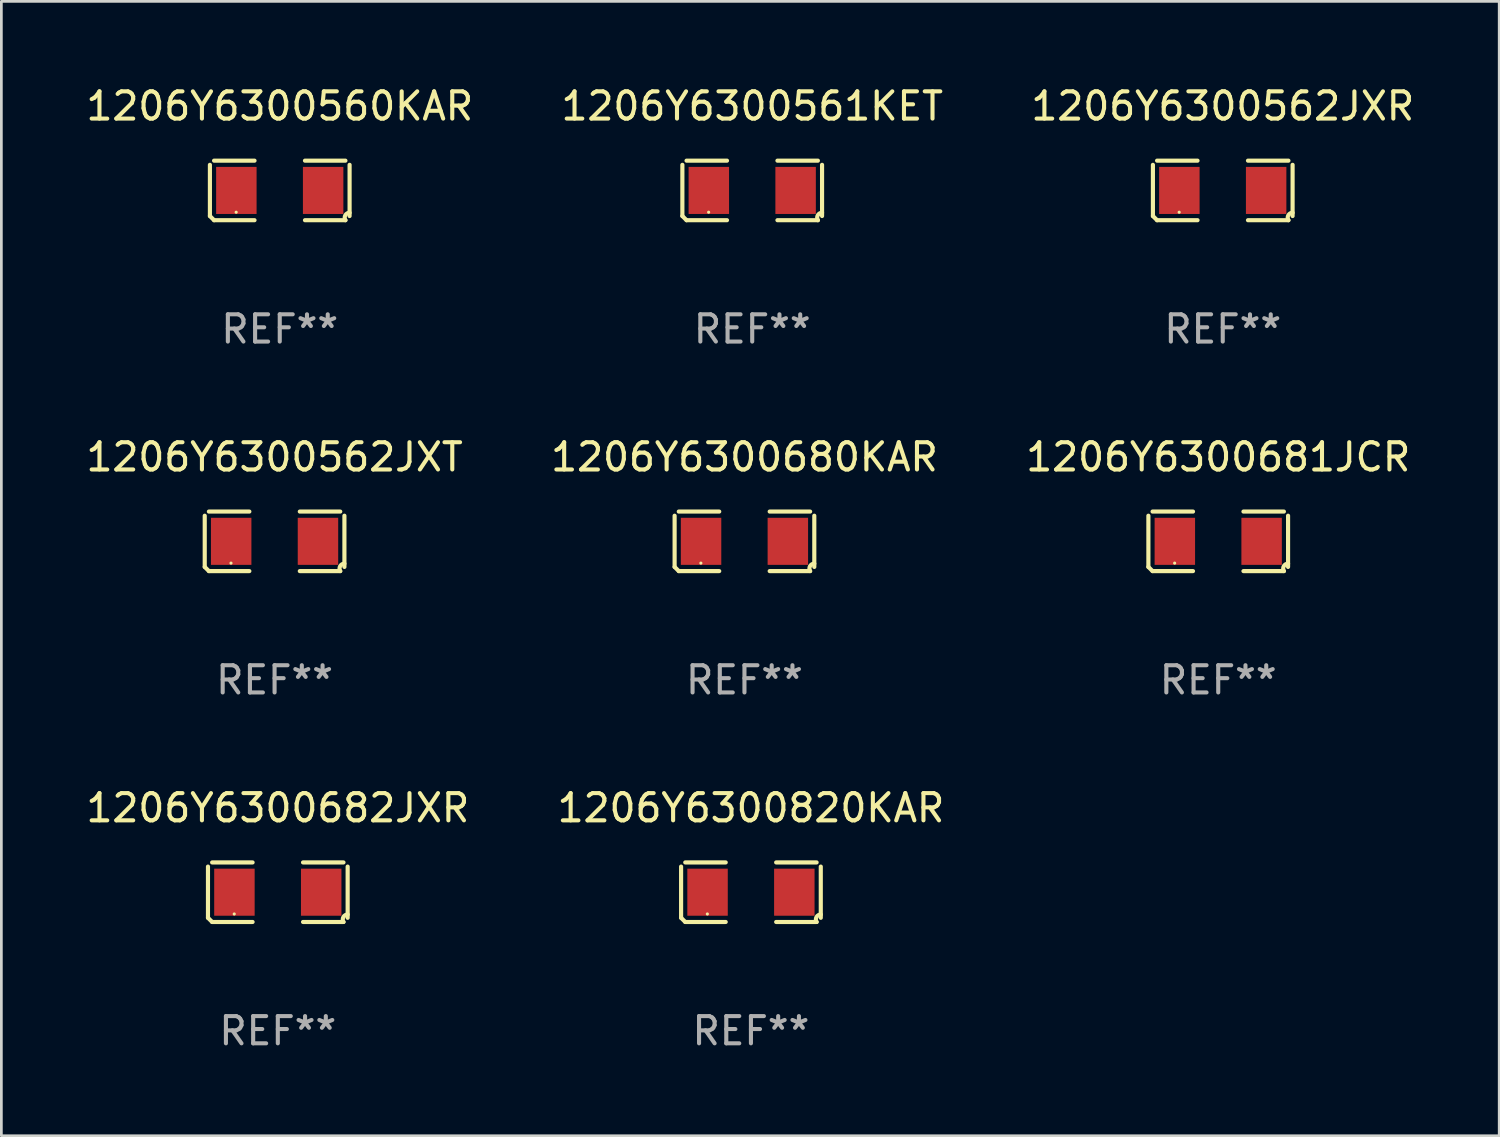
<source format=kicad_pcb>
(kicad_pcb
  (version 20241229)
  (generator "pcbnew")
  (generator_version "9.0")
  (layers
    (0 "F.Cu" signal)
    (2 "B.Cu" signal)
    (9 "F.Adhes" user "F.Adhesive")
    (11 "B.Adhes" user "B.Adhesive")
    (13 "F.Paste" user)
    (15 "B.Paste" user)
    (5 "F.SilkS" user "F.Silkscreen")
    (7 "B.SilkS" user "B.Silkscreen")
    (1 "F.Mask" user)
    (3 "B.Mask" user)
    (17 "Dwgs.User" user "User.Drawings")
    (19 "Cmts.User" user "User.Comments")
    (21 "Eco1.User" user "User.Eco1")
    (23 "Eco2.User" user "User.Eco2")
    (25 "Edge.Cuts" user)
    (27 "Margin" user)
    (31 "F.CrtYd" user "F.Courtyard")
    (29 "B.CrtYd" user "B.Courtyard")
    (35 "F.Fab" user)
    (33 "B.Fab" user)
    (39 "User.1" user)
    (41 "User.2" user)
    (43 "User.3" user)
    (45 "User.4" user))
  (footprint "1206Y6300820KAR"
    (layer "F.Cu")
    (at 24.518 29.704)
    (property "Reference" "1206Y6300820KAR" (at 0 -3.093 0) (layer "F.SilkS") (effects (font (size 1 1) (thickness 0.15))))
    (attr through_hole)
    (fp_line (start -2.564 0.94) (end -2.564 -0.94) (stroke (width 0.152) (type solid)) (layer "F.SilkS"))
    (fp_line (start -2.411 -1.093) (end -0.926 -1.093) (stroke (width 0.152) (type solid)) (layer "F.SilkS"))
    (fp_line (start -0.926 1.093) (end -2.411 1.093) (stroke (width 0.152) (type solid)) (layer "F.SilkS"))
    (fp_line (start 0.926 1.093) (end 2.411 1.093) (stroke (width 0.152) (type solid)) (layer "F.SilkS"))
    (fp_line (start 2.411 -1.093) (end 0.926 -1.093) (stroke (width 0.152) (type solid)) (layer "F.SilkS"))
    (fp_line (start 2.564 0.94) (end 2.564 -0.94) (stroke (width 0.152) (type solid)) (layer "F.SilkS"))
    (fp_arc (start -2.411201 1.092609) (mid -2.487413 1.01642) (end -2.563602 0.940208) (stroke (width 0.1524) (type solid)) (layer "F.SilkS"))
    (fp_arc (start 2.411201 1.092609) (mid 2.407159 0.911226) (end 2.563602 0.819347) (stroke (width 0.1524) (type solid)) (layer "F.SilkS"))
    (fp_circle (center -1.6 0.8) (end -1.57 0.8) (stroke (width 0.06) (type solid)) (fill no) (layer "F.SilkS"))
    (fp_text user "REF**" (at 0 5.093 0) (layer "F.Fab") (effects (font (size 1 1) (thickness 0.15))))
    (pad "1" smd rect (at -1.593 0) (size 1.485 1.728) (layers "F.Cu" "F.Mask" "F.Paste"))
    (pad "2" smd rect (at 1.593 0) (size 1.485 1.728) (layers "F.Cu" "F.Mask" "F.Paste")))
  (footprint "1206Y6300682JXR"
    (layer "F.Cu")
    (at 7.149 29.704)
    (property "Reference" "1206Y6300682JXR" (at 0 -3.093 0) (layer "F.SilkS") (effects (font (size 1 1) (thickness 0.15))))
    (attr through_hole)
    (fp_line (start -2.564 0.94) (end -2.564 -0.94) (stroke (width 0.152) (type solid)) (layer "F.SilkS"))
    (fp_line (start -2.411 -1.093) (end -0.926 -1.093) (stroke (width 0.152) (type solid)) (layer "F.SilkS"))
    (fp_line (start -0.926 1.093) (end -2.411 1.093) (stroke (width 0.152) (type solid)) (layer "F.SilkS"))
    (fp_line (start 0.926 1.093) (end 2.411 1.093) (stroke (width 0.152) (type solid)) (layer "F.SilkS"))
    (fp_line (start 2.411 -1.093) (end 0.926 -1.093) (stroke (width 0.152) (type solid)) (layer "F.SilkS"))
    (fp_line (start 2.564 0.94) (end 2.564 -0.94) (stroke (width 0.152) (type solid)) (layer "F.SilkS"))
    (fp_arc (start -2.411201 1.092609) (mid -2.487413 1.01642) (end -2.563602 0.940208) (stroke (width 0.1524) (type solid)) (layer "F.SilkS"))
    (fp_arc (start 2.411201 1.092609) (mid 2.407159 0.911226) (end 2.563602 0.819347) (stroke (width 0.1524) (type solid)) (layer "F.SilkS"))
    (fp_circle (center -1.6 0.8) (end -1.57 0.8) (stroke (width 0.06) (type solid)) (fill no) (layer "F.SilkS"))
    (fp_text user "REF**" (at 0 5.093 0) (layer "F.Fab") (effects (font (size 1 1) (thickness 0.15))))
    (pad "1" smd rect (at -1.593 0) (size 1.485 1.728) (layers "F.Cu" "F.Mask" "F.Paste"))
    (pad "2" smd rect (at 1.593 0) (size 1.485 1.728) (layers "F.Cu" "F.Mask" "F.Paste")))
  (footprint "1206Y6300681JCR"
    (layer "F.Cu")
    (at 41.673 16.823)
    (property "Reference" "1206Y6300681JCR" (at 0 -3.093 0) (layer "F.SilkS") (effects (font (size 1 1) (thickness 0.15))))
    (attr through_hole)
    (fp_line (start -2.564 0.94) (end -2.564 -0.94) (stroke (width 0.152) (type solid)) (layer "F.SilkS"))
    (fp_line (start -2.411 -1.093) (end -0.926 -1.093) (stroke (width 0.152) (type solid)) (layer "F.SilkS"))
    (fp_line (start -0.926 1.093) (end -2.411 1.093) (stroke (width 0.152) (type solid)) (layer "F.SilkS"))
    (fp_line (start 0.926 1.093) (end 2.411 1.093) (stroke (width 0.152) (type solid)) (layer "F.SilkS"))
    (fp_line (start 2.411 -1.093) (end 0.926 -1.093) (stroke (width 0.152) (type solid)) (layer "F.SilkS"))
    (fp_line (start 2.564 0.94) (end 2.564 -0.94) (stroke (width 0.152) (type solid)) (layer "F.SilkS"))
    (fp_arc (start -2.411201 1.092609) (mid -2.487413 1.01642) (end -2.563602 0.940208) (stroke (width 0.1524) (type solid)) (layer "F.SilkS"))
    (fp_arc (start 2.411201 1.092609) (mid 2.407159 0.911226) (end 2.563602 0.819347) (stroke (width 0.1524) (type solid)) (layer "F.SilkS"))
    (fp_circle (center -1.6 0.8) (end -1.57 0.8) (stroke (width 0.06) (type solid)) (fill no) (layer "F.SilkS"))
    (fp_text user "REF**" (at 0 5.093 0) (layer "F.Fab") (effects (font (size 1 1) (thickness 0.15))))
    (pad "1" smd rect (at -1.593 0) (size 1.485 1.728) (layers "F.Cu" "F.Mask" "F.Paste"))
    (pad "2" smd rect (at 1.593 0) (size 1.485 1.728) (layers "F.Cu" "F.Mask" "F.Paste")))
  (footprint "1206Y6300560KAR"
    (layer "F.Cu")
    (at 7.22 3.941)
    (property "Reference" "1206Y6300560KAR" (at 0 -3.093 0) (layer "F.SilkS") (effects (font (size 1 1) (thickness 0.15))))
    (attr through_hole)
    (fp_line (start -2.564 0.94) (end -2.564 -0.94) (stroke (width 0.152) (type solid)) (layer "F.SilkS"))
    (fp_line (start -2.411 -1.093) (end -0.926 -1.093) (stroke (width 0.152) (type solid)) (layer "F.SilkS"))
    (fp_line (start -0.926 1.093) (end -2.411 1.093) (stroke (width 0.152) (type solid)) (layer "F.SilkS"))
    (fp_line (start 0.926 1.093) (end 2.411 1.093) (stroke (width 0.152) (type solid)) (layer "F.SilkS"))
    (fp_line (start 2.411 -1.093) (end 0.926 -1.093) (stroke (width 0.152) (type solid)) (layer "F.SilkS"))
    (fp_line (start 2.564 0.94) (end 2.564 -0.94) (stroke (width 0.152) (type solid)) (layer "F.SilkS"))
    (fp_arc (start -2.411201 1.092609) (mid -2.487413 1.01642) (end -2.563602 0.940208) (stroke (width 0.1524) (type solid)) (layer "F.SilkS"))
    (fp_arc (start 2.411201 1.092609) (mid 2.407159 0.911226) (end 2.563602 0.819347) (stroke (width 0.1524) (type solid)) (layer "F.SilkS"))
    (fp_circle (center -1.6 0.8) (end -1.57 0.8) (stroke (width 0.06) (type solid)) (fill no) (layer "F.SilkS"))
    (fp_text user "REF**" (at 0 5.093 0) (layer "F.Fab") (effects (font (size 1 1) (thickness 0.15))))
    (pad "1" smd rect (at -1.593 0) (size 1.485 1.728) (layers "F.Cu" "F.Mask" "F.Paste"))
    (pad "2" smd rect (at 1.593 0) (size 1.485 1.728) (layers "F.Cu" "F.Mask" "F.Paste")))
  (footprint "1206Y6300562JXR"
    (layer "F.Cu")
    (at 41.839 3.941)
    (property "Reference" "1206Y6300562JXR" (at 0 -3.093 0) (layer "F.SilkS") (effects (font (size 1 1) (thickness 0.15))))
    (attr through_hole)
    (fp_line (start -2.564 0.94) (end -2.564 -0.94) (stroke (width 0.152) (type solid)) (layer "F.SilkS"))
    (fp_line (start -2.411 -1.093) (end -0.926 -1.093) (stroke (width 0.152) (type solid)) (layer "F.SilkS"))
    (fp_line (start -0.926 1.093) (end -2.411 1.093) (stroke (width 0.152) (type solid)) (layer "F.SilkS"))
    (fp_line (start 0.926 1.093) (end 2.411 1.093) (stroke (width 0.152) (type solid)) (layer "F.SilkS"))
    (fp_line (start 2.411 -1.093) (end 0.926 -1.093) (stroke (width 0.152) (type solid)) (layer "F.SilkS"))
    (fp_line (start 2.564 0.94) (end 2.564 -0.94) (stroke (width 0.152) (type solid)) (layer "F.SilkS"))
    (fp_arc (start -2.411201 1.092609) (mid -2.487413 1.01642) (end -2.563602 0.940208) (stroke (width 0.1524) (type solid)) (layer "F.SilkS"))
    (fp_arc (start 2.411201 1.092609) (mid 2.407159 0.911226) (end 2.563602 0.819347) (stroke (width 0.1524) (type solid)) (layer "F.SilkS"))
    (fp_circle (center -1.6 0.8) (end -1.57 0.8) (stroke (width 0.06) (type solid)) (fill no) (layer "F.SilkS"))
    (fp_text user "REF**" (at 0 5.093 0) (layer "F.Fab") (effects (font (size 1 1) (thickness 0.15))))
    (pad "1" smd rect (at -1.593 0) (size 1.485 1.728) (layers "F.Cu" "F.Mask" "F.Paste"))
    (pad "2" smd rect (at 1.593 0) (size 1.485 1.728) (layers "F.Cu" "F.Mask" "F.Paste")))
  (footprint "1206Y6300561KET"
    (layer "F.Cu")
    (at 24.565 3.941)
    (property "Reference" "1206Y6300561KET" (at 0 -3.093 0) (layer "F.SilkS") (effects (font (size 1 1) (thickness 0.15))))
    (attr through_hole)
    (fp_line (start -2.564 0.94) (end -2.564 -0.94) (stroke (width 0.152) (type solid)) (layer "F.SilkS"))
    (fp_line (start -2.411 -1.093) (end -0.926 -1.093) (stroke (width 0.152) (type solid)) (layer "F.SilkS"))
    (fp_line (start -0.926 1.093) (end -2.411 1.093) (stroke (width 0.152) (type solid)) (layer "F.SilkS"))
    (fp_line (start 0.926 1.093) (end 2.411 1.093) (stroke (width 0.152) (type solid)) (layer "F.SilkS"))
    (fp_line (start 2.411 -1.093) (end 0.926 -1.093) (stroke (width 0.152) (type solid)) (layer "F.SilkS"))
    (fp_line (start 2.564 0.94) (end 2.564 -0.94) (stroke (width 0.152) (type solid)) (layer "F.SilkS"))
    (fp_arc (start -2.411201 1.092609) (mid -2.487413 1.01642) (end -2.563602 0.940208) (stroke (width 0.1524) (type solid)) (layer "F.SilkS"))
    (fp_arc (start 2.411201 1.092609) (mid 2.407159 0.911226) (end 2.563602 0.819347) (stroke (width 0.1524) (type solid)) (layer "F.SilkS"))
    (fp_circle (center -1.6 0.8) (end -1.57 0.8) (stroke (width 0.06) (type solid)) (fill no) (layer "F.SilkS"))
    (fp_text user "REF**" (at 0 5.093 0) (layer "F.Fab") (effects (font (size 1 1) (thickness 0.15))))
    (pad "1" smd rect (at -1.593 0) (size 1.485 1.728) (layers "F.Cu" "F.Mask" "F.Paste"))
    (pad "2" smd rect (at 1.593 0) (size 1.485 1.728) (layers "F.Cu" "F.Mask" "F.Paste")))
  (footprint "1206Y6300562JXT"
    (layer "F.Cu")
    (at 7.03 16.823)
    (property "Reference" "1206Y6300562JXT" (at 0 -3.093 0) (layer "F.SilkS") (effects (font (size 1 1) (thickness 0.15))))
    (attr through_hole)
    (fp_line (start -2.564 0.94) (end -2.564 -0.94) (stroke (width 0.152) (type solid)) (layer "F.SilkS"))
    (fp_line (start -2.411 -1.093) (end -0.926 -1.093) (stroke (width 0.152) (type solid)) (layer "F.SilkS"))
    (fp_line (start -0.926 1.093) (end -2.411 1.093) (stroke (width 0.152) (type solid)) (layer "F.SilkS"))
    (fp_line (start 0.926 1.093) (end 2.411 1.093) (stroke (width 0.152) (type solid)) (layer "F.SilkS"))
    (fp_line (start 2.411 -1.093) (end 0.926 -1.093) (stroke (width 0.152) (type solid)) (layer "F.SilkS"))
    (fp_line (start 2.564 0.94) (end 2.564 -0.94) (stroke (width 0.152) (type solid)) (layer "F.SilkS"))
    (fp_arc (start -2.411201 1.092609) (mid -2.487413 1.01642) (end -2.563602 0.940208) (stroke (width 0.1524) (type solid)) (layer "F.SilkS"))
    (fp_arc (start 2.411201 1.092609) (mid 2.407159 0.911226) (end 2.563602 0.819347) (stroke (width 0.1524) (type solid)) (layer "F.SilkS"))
    (fp_circle (center -1.6 0.8) (end -1.57 0.8) (stroke (width 0.06) (type solid)) (fill no) (layer "F.SilkS"))
    (fp_text user "REF**" (at 0 5.093 0) (layer "F.Fab") (effects (font (size 1 1) (thickness 0.15))))
    (pad "1" smd rect (at -1.593 0) (size 1.485 1.728) (layers "F.Cu" "F.Mask" "F.Paste"))
    (pad "2" smd rect (at 1.593 0) (size 1.485 1.728) (layers "F.Cu" "F.Mask" "F.Paste")))
  (footprint "1206Y6300680KAR"
    (layer "F.Cu")
    (at 24.28 16.823)
    (property "Reference" "1206Y6300680KAR" (at 0 -3.093 0) (layer "F.SilkS") (effects (font (size 1 1) (thickness 0.15))))
    (attr through_hole)
    (fp_line (start -2.564 0.94) (end -2.564 -0.94) (stroke (width 0.152) (type solid)) (layer "F.SilkS"))
    (fp_line (start -2.411 -1.093) (end -0.926 -1.093) (stroke (width 0.152) (type solid)) (layer "F.SilkS"))
    (fp_line (start -0.926 1.093) (end -2.411 1.093) (stroke (width 0.152) (type solid)) (layer "F.SilkS"))
    (fp_line (start 0.926 1.093) (end 2.411 1.093) (stroke (width 0.152) (type solid)) (layer "F.SilkS"))
    (fp_line (start 2.411 -1.093) (end 0.926 -1.093) (stroke (width 0.152) (type solid)) (layer "F.SilkS"))
    (fp_line (start 2.564 0.94) (end 2.564 -0.94) (stroke (width 0.152) (type solid)) (layer "F.SilkS"))
    (fp_arc (start -2.411201 1.092609) (mid -2.487413 1.01642) (end -2.563602 0.940208) (stroke (width 0.1524) (type solid)) (layer "F.SilkS"))
    (fp_arc (start 2.411201 1.092609) (mid 2.407159 0.911226) (end 2.563602 0.819347) (stroke (width 0.1524) (type solid)) (layer "F.SilkS"))
    (fp_circle (center -1.6 0.8) (end -1.57 0.8) (stroke (width 0.06) (type solid)) (fill no) (layer "F.SilkS"))
    (fp_text user "REF**" (at 0 5.093 0) (layer "F.Fab") (effects (font (size 1 1) (thickness 0.15))))
    (pad "1" smd rect (at -1.593 0) (size 1.485 1.728) (layers "F.Cu" "F.Mask" "F.Paste"))
    (pad "2" smd rect (at 1.593 0) (size 1.485 1.728) (layers "F.Cu" "F.Mask" "F.Paste")))
  (gr_rect
    (start -3 -3)
    (end 51.988 38.645)
    (stroke (width 0.1) (type default))
    (fill no)
    (layer "Edge.Cuts")))
</source>
